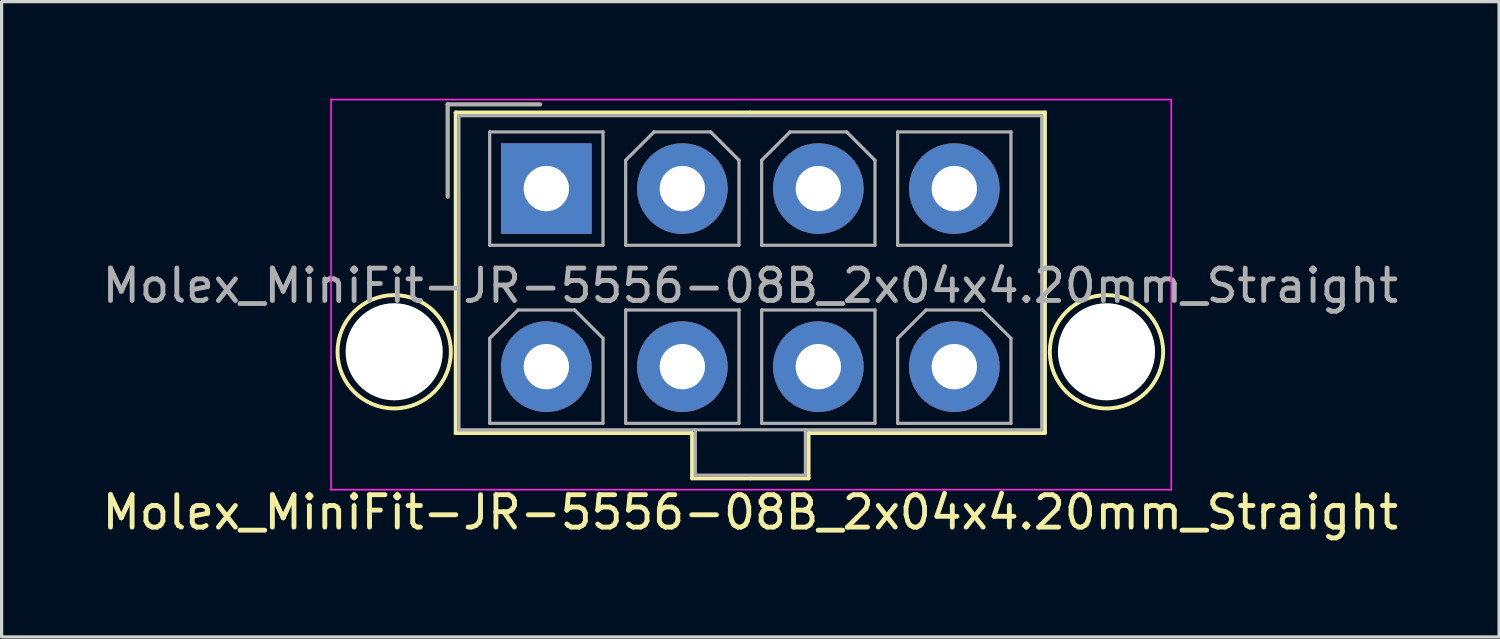
<source format=kicad_pcb>
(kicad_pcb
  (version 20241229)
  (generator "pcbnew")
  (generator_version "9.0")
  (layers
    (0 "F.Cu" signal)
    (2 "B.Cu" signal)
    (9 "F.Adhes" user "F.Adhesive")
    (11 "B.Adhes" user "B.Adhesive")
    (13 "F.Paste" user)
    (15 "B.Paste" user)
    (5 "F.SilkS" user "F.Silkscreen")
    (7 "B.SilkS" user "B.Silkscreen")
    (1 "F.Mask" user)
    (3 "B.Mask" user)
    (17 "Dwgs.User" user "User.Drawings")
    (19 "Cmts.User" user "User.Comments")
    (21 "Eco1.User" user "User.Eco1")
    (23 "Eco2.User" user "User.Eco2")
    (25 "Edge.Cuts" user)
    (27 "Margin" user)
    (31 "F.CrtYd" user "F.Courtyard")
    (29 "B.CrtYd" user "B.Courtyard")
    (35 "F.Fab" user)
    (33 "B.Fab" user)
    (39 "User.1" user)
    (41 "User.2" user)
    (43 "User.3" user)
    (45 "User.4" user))
  (footprint "Molex_MiniFit-JR-5556-08B_2x04x4.20mm_Straight"
    (layer "F.Cu")
    (at 13.825 2.775)
    (property "Reference" "Molex_MiniFit-JR-5556-08B_2x04x4.20mm_Straight" (at 6.3 10 0) (layer "F.SilkS") (effects (font (size 1 1) (thickness 0.15))))
    (attr through_hole)
    (fp_line (start -3.05 -2.6) (end -3.05 0.25) (stroke (width 0.12) (type solid)) (layer "F.SilkS"))
    (fp_line (start -2.8 -2.35) (end -2.8 7.55) (stroke (width 0.12) (type solid)) (layer "F.SilkS"))
    (fp_line (start -2.8 7.55) (end 4.5 7.55) (stroke (width 0.12) (type solid)) (layer "F.SilkS"))
    (fp_line (start -0.2 -2.6) (end -3.05 -2.6) (stroke (width 0.12) (type solid)) (layer "F.SilkS"))
    (fp_line (start 4.5 7.55) (end 4.5 8.95) (stroke (width 0.12) (type solid)) (layer "F.SilkS"))
    (fp_line (start 4.5 8.95) (end 6.3 8.95) (stroke (width 0.12) (type solid)) (layer "F.SilkS"))
    (fp_line (start 6.3 -2.35) (end -2.8 -2.35) (stroke (width 0.12) (type solid)) (layer "F.SilkS"))
    (fp_line (start 6.3 -2.35) (end 15.4 -2.35) (stroke (width 0.12) (type solid)) (layer "F.SilkS"))
    (fp_line (start 8.1 7.55) (end 8.1 8.95) (stroke (width 0.12) (type solid)) (layer "F.SilkS"))
    (fp_line (start 8.1 8.95) (end 6.3 8.95) (stroke (width 0.12) (type solid)) (layer "F.SilkS"))
    (fp_line (start 15.4 -2.35) (end 15.4 7.55) (stroke (width 0.12) (type solid)) (layer "F.SilkS"))
    (fp_line (start 15.4 7.55) (end 8.1 7.55) (stroke (width 0.12) (type solid)) (layer "F.SilkS"))
    (fp_circle (center -4.7 5.04) (end -2.95 5.04) (stroke (width 0.12) (type solid)) (fill no) (layer "F.SilkS"))
    (fp_circle (center 17.3 5.04) (end 19.05 5.04) (stroke (width 0.12) (type solid)) (fill no) (layer "F.SilkS"))
    (fp_line (start -6.65 -2.75) (end -6.65 9.3) (stroke (width 0.05) (type solid)) (layer "F.CrtYd"))
    (fp_line (start -6.65 9.3) (end 19.3 9.3) (stroke (width 0.05) (type solid)) (layer "F.CrtYd"))
    (fp_line (start 19.3 -2.75) (end -6.65 -2.75) (stroke (width 0.05) (type solid)) (layer "F.CrtYd"))
    (fp_line (start 19.3 9.3) (end 19.3 -2.75) (stroke (width 0.05) (type solid)) (layer "F.CrtYd"))
    (fp_line (start -3.05 -2.6) (end -3.05 0.25) (stroke (width 0.1) (type solid)) (layer "F.Fab"))
    (fp_line (start -2.7 -2.25) (end -2.7 7.45) (stroke (width 0.1) (type solid)) (layer "F.Fab"))
    (fp_line (start -2.7 7.45) (end 15.3 7.45) (stroke (width 0.1) (type solid)) (layer "F.Fab"))
    (fp_line (start -1.75 -1.75) (end -1.75 1.75) (stroke (width 0.1) (type solid)) (layer "F.Fab"))
    (fp_line (start -1.75 1.75) (end 1.75 1.75) (stroke (width 0.1) (type solid)) (layer "F.Fab"))
    (fp_line (start -1.75 4.625) (end -0.875 3.75) (stroke (width 0.1) (type solid)) (layer "F.Fab"))
    (fp_line (start -1.75 7.25) (end -1.75 4.625) (stroke (width 0.1) (type solid)) (layer "F.Fab"))
    (fp_line (start -0.875 3.75) (end 0.875 3.75) (stroke (width 0.1) (type solid)) (layer "F.Fab"))
    (fp_line (start -0.2 -2.6) (end -3.05 -2.6) (stroke (width 0.1) (type solid)) (layer "F.Fab"))
    (fp_line (start 0.875 3.75) (end 1.75 4.625) (stroke (width 0.1) (type solid)) (layer "F.Fab"))
    (fp_line (start 1.75 -1.75) (end -1.75 -1.75) (stroke (width 0.1) (type solid)) (layer "F.Fab"))
    (fp_line (start 1.75 1.75) (end 1.75 -1.75) (stroke (width 0.1) (type solid)) (layer "F.Fab"))
    (fp_line (start 1.75 4.625) (end 1.75 7.25) (stroke (width 0.1) (type solid)) (layer "F.Fab"))
    (fp_line (start 1.75 7.25) (end -1.75 7.25) (stroke (width 0.1) (type solid)) (layer "F.Fab"))
    (fp_line (start 2.45 -0.875) (end 3.325 -1.75) (stroke (width 0.1) (type solid)) (layer "F.Fab"))
    (fp_line (start 2.45 1.75) (end 2.45 -0.875) (stroke (width 0.1) (type solid)) (layer "F.Fab"))
    (fp_line (start 2.45 3.75) (end 2.45 7.25) (stroke (width 0.1) (type solid)) (layer "F.Fab"))
    (fp_line (start 2.45 7.25) (end 5.95 7.25) (stroke (width 0.1) (type solid)) (layer "F.Fab"))
    (fp_line (start 3.325 -1.75) (end 5.075 -1.75) (stroke (width 0.1) (type solid)) (layer "F.Fab"))
    (fp_line (start 4.6 7.45) (end 4.6 8.85) (stroke (width 0.1) (type solid)) (layer "F.Fab"))
    (fp_line (start 4.6 8.85) (end 8 8.85) (stroke (width 0.1) (type solid)) (layer "F.Fab"))
    (fp_line (start 5.075 -1.75) (end 5.95 -0.875) (stroke (width 0.1) (type solid)) (layer "F.Fab"))
    (fp_line (start 5.95 -0.875) (end 5.95 1.75) (stroke (width 0.1) (type solid)) (layer "F.Fab"))
    (fp_line (start 5.95 1.75) (end 2.45 1.75) (stroke (width 0.1) (type solid)) (layer "F.Fab"))
    (fp_line (start 5.95 3.75) (end 2.45 3.75) (stroke (width 0.1) (type solid)) (layer "F.Fab"))
    (fp_line (start 5.95 7.25) (end 5.95 3.75) (stroke (width 0.1) (type solid)) (layer "F.Fab"))
    (fp_line (start 6.65 -0.875) (end 7.525 -1.75) (stroke (width 0.1) (type solid)) (layer "F.Fab"))
    (fp_line (start 6.65 1.75) (end 6.65 -0.875) (stroke (width 0.1) (type solid)) (layer "F.Fab"))
    (fp_line (start 6.65 3.75) (end 6.65 7.25) (stroke (width 0.1) (type solid)) (layer "F.Fab"))
    (fp_line (start 6.65 7.25) (end 10.15 7.25) (stroke (width 0.1) (type solid)) (layer "F.Fab"))
    (fp_line (start 7.525 -1.75) (end 9.275 -1.75) (stroke (width 0.1) (type solid)) (layer "F.Fab"))
    (fp_line (start 8 8.85) (end 8 7.45) (stroke (width 0.1) (type solid)) (layer "F.Fab"))
    (fp_line (start 9.275 -1.75) (end 10.15 -0.875) (stroke (width 0.1) (type solid)) (layer "F.Fab"))
    (fp_line (start 10.15 -0.875) (end 10.15 1.75) (stroke (width 0.1) (type solid)) (layer "F.Fab"))
    (fp_line (start 10.15 1.75) (end 6.65 1.75) (stroke (width 0.1) (type solid)) (layer "F.Fab"))
    (fp_line (start 10.15 3.75) (end 6.65 3.75) (stroke (width 0.1) (type solid)) (layer "F.Fab"))
    (fp_line (start 10.15 7.25) (end 10.15 3.75) (stroke (width 0.1) (type solid)) (layer "F.Fab"))
    (fp_line (start 10.85 -1.75) (end 10.85 1.75) (stroke (width 0.1) (type solid)) (layer "F.Fab"))
    (fp_line (start 10.85 1.75) (end 14.35 1.75) (stroke (width 0.1) (type solid)) (layer "F.Fab"))
    (fp_line (start 10.85 4.625) (end 11.725 3.75) (stroke (width 0.1) (type solid)) (layer "F.Fab"))
    (fp_line (start 10.85 7.25) (end 10.85 4.625) (stroke (width 0.1) (type solid)) (layer "F.Fab"))
    (fp_line (start 11.725 3.75) (end 13.475 3.75) (stroke (width 0.1) (type solid)) (layer "F.Fab"))
    (fp_line (start 13.475 3.75) (end 14.35 4.625) (stroke (width 0.1) (type solid)) (layer "F.Fab"))
    (fp_line (start 14.35 -1.75) (end 10.85 -1.75) (stroke (width 0.1) (type solid)) (layer "F.Fab"))
    (fp_line (start 14.35 1.75) (end 14.35 -1.75) (stroke (width 0.1) (type solid)) (layer "F.Fab"))
    (fp_line (start 14.35 4.625) (end 14.35 7.25) (stroke (width 0.1) (type solid)) (layer "F.Fab"))
    (fp_line (start 14.35 7.25) (end 10.85 7.25) (stroke (width 0.1) (type solid)) (layer "F.Fab"))
    (fp_line (start 15.3 -2.25) (end -2.7 -2.25) (stroke (width 0.1) (type solid)) (layer "F.Fab"))
    (fp_line (start 15.3 7.45) (end 15.3 -2.25) (stroke (width 0.1) (type solid)) (layer "F.Fab"))
    (fp_text user "${REFERENCE}" (at 6.3 3 0) (layer "F.Fab") (effects (font (size 1 1) (thickness 0.15))))
    (pad "" np_thru_hole circle (at -4.7 5.04) (size 3 3) (drill 3) (layers "*.Cu" "*.Mask"))
    (pad "" np_thru_hole circle (at 17.3 5.04) (size 3 3) (drill 3) (layers "*.Cu" "*.Mask"))
    (pad "1" thru_hole rect (at 0 0) (size 2.8 2.8) (drill 1.4) (layers "*.Cu" "*.Mask"))
    (pad "2" thru_hole circle (at 4.2 0) (size 2.8 2.8) (drill 1.4) (layers "*.Cu" "*.Mask"))
    (pad "3" thru_hole circle (at 8.4 0) (size 2.8 2.8) (drill 1.4) (layers "*.Cu" "*.Mask"))
    (pad "4" thru_hole circle (at 12.6 0) (size 2.8 2.8) (drill 1.4) (layers "*.Cu" "*.Mask"))
    (pad "5" thru_hole circle (at 0 5.5) (size 2.8 2.8) (drill 1.4) (layers "*.Cu" "*.Mask"))
    (pad "6" thru_hole circle (at 4.2 5.5) (size 2.8 2.8) (drill 1.4) (layers "*.Cu" "*.Mask"))
    (pad "7" thru_hole circle (at 8.4 5.5) (size 2.8 2.8) (drill 1.4) (layers "*.Cu" "*.Mask"))
    (pad "8" thru_hole circle (at 12.6 5.5) (size 2.8 2.8) (drill 1.4) (layers "*.Cu" "*.Mask")))
  (gr_rect
    (start -3 -3)
    (end 43.25 16.623)
    (stroke (width 0.1) (type default))
    (fill no)
    (layer "Edge.Cuts")))
</source>
